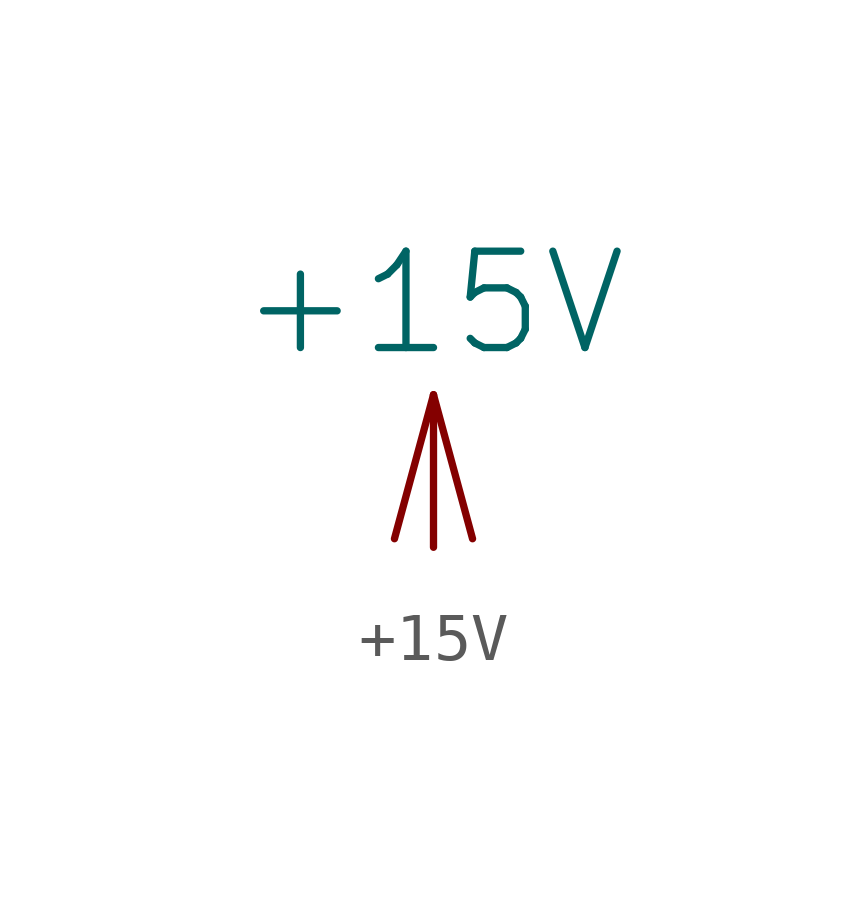
<source format=kicad_sym>
(kicad_symbol_lib
  (version 20231120)
  (generator "kicad_symbol_editor")
  (generator_version "8.0")
  (symbol "+15V"
    (power)
    (pin_numbers hide)
    (pin_names
      (offset 0) hide)
    (property "Reference" "#PWR"
      (at 0 -2.54 0)
      (effects (font (size 2.007 2.007)) (hide yes)))
    (property "Value" "+15V"
      (at 0 5.08 0)
      (effects (font (size 2.007 2.007))))
    (property "Footprint" ""
      (at 0 3.175 90)
      (effects (font (size 2.489 2.489))))
    (symbol "+15V_0_1"
      (polyline (pts (xy 0 3.175) (xy -0.813 0.178)) (stroke (width 0) (type solid)) (fill (type none)))
      (polyline (pts (xy 0 3.175) (xy 0 0)) (stroke (width 0) (type solid)) (fill (type none)))
      (polyline (pts (xy 0.813 0.178) (xy 0 3.175)) (stroke (width 0) (type solid)) (fill (type none))))
    (symbol "+15V_1_1"
      (pin power_in line (at 0 0 90) (length 0) hide (name "+15V" (effects (font (size 1.803 1.803)))) (number "1" (effects (font (size 1.803 1.803))))))))
</source>
